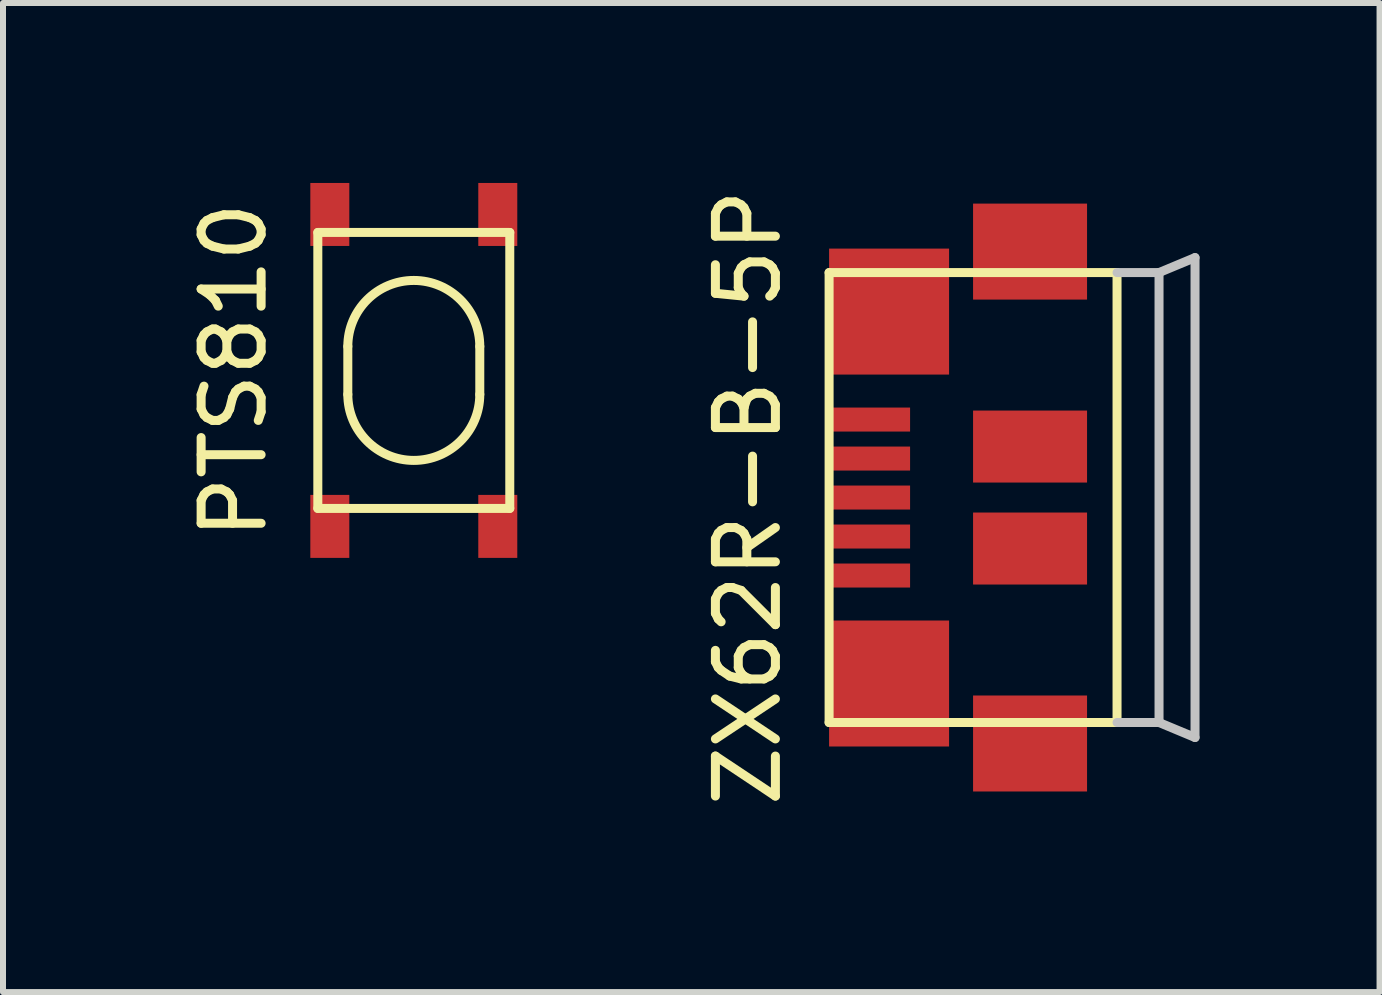
<source format=kicad_pcb>
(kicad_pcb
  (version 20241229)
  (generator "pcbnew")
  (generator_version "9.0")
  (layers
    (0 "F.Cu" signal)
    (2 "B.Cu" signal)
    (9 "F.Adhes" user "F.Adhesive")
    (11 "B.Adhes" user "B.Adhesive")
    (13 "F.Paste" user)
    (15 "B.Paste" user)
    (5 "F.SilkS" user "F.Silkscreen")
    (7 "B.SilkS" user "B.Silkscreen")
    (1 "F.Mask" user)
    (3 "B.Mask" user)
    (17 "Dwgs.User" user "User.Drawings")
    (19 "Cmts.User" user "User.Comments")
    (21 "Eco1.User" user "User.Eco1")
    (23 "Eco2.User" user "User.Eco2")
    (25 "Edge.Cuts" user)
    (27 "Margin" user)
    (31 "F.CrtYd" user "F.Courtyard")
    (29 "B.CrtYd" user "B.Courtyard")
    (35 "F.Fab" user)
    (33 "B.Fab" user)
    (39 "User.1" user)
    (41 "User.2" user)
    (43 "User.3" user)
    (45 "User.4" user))
  (footprint "ZX62R-B-5P"
    (layer "F.Cu")
    (at 14.371 5.244)
    (property "Reference" "ZX62R-B-5P" (at -4.95 0 90) (layer "F.SilkS") (effects (font (size 1 1) (thickness 0.15))))
    (attr through_hole)
    (fp_line (start -3.6 3.75) (end -3.6 -3.75) (stroke (width 0.15) (type solid)) (layer "F.SilkS"))
    (fp_line (start 1.2 -3.75) (end -3.6 -3.75) (stroke (width 0.15) (type solid)) (layer "F.SilkS"))
    (fp_line (start 1.2 3.75) (end -3.6 3.75) (stroke (width 0.15) (type solid)) (layer "F.SilkS"))
    (fp_line (start 1.2 3.75) (end 1.2 -3.75) (stroke (width 0.15) (type solid)) (layer "F.SilkS"))
    (fp_line (start 1.2 -3.75) (end 1.9 -3.75) (stroke (width 0.15) (type solid)) (layer "Dwgs.User"))
    (fp_line (start 1.2 3.75) (end 1.9 3.75) (stroke (width 0.15) (type solid)) (layer "Dwgs.User"))
    (fp_line (start 1.9 -3.75) (end 2.5 -4) (stroke (width 0.15) (type solid)) (layer "Dwgs.User"))
    (fp_line (start 1.9 3.75) (end 1.9 -3.75) (stroke (width 0.15) (type solid)) (layer "Dwgs.User"))
    (fp_line (start 1.9 3.75) (end 2.5 4) (stroke (width 0.15) (type solid)) (layer "Dwgs.User"))
    (fp_line (start 2.5 4) (end 2.5 -4) (stroke (width 0.15) (type solid)) (layer "Dwgs.User"))
    (pad "1" smd rect (at -2.925 1.3 90) (size 0.4 1.35) (layers "F.Cu" "F.Mask" "F.Paste"))
    (pad "2" smd rect (at -2.925 0.65 90) (size 0.4 1.35) (layers "F.Cu" "F.Mask" "F.Paste"))
    (pad "3" smd rect (at -2.925 0 90) (size 0.4 1.35) (layers "F.Cu" "F.Mask" "F.Paste"))
    (pad "4" smd rect (at -2.925 -0.65 90) (size 0.4 1.35) (layers "F.Cu" "F.Mask" "F.Paste"))
    (pad "5" smd rect (at -2.925 -1.3 90) (size 0.4 1.35) (layers "F.Cu" "F.Mask" "F.Paste"))
    (pad "6" smd rect (at -2.6 -3.1 90) (size 2.1 2) (layers "F.Cu" "F.Mask" "F.Paste"))
    (pad "6" smd rect (at -2.6 3.1 90) (size 2.1 2) (layers "F.Cu" "F.Mask" "F.Paste"))
    (pad "6" smd rect (at -0.25 -4.1 90) (size 1.6 1.9) (layers "F.Cu" "F.Mask" "F.Paste"))
    (pad "6" smd rect (at -0.25 -0.85 90) (size 1.2 1.9) (layers "F.Cu" "F.Mask" "F.Paste"))
    (pad "6" smd rect (at -0.25 0.85 90) (size 1.2 1.9) (layers "F.Cu" "F.Mask" "F.Paste"))
    (pad "6" smd rect (at -0.25 4.1 90) (size 1.6 1.9) (layers "F.Cu" "F.Mask" "F.Paste")))
  (footprint "PTS810"
    (layer "F.Cu")
    (at 3.848 3.125)
    (property "Reference" "PTS810" (at -3 0 90) (layer "F.SilkS") (effects (font (size 1 1) (thickness 0.15))))
    (attr through_hole)
    (fp_line (start -1.6 -2.3) (end 1.6 -2.3) (stroke (width 0.15) (type solid)) (layer "F.SilkS"))
    (fp_line (start -1.6 2.3) (end -1.6 -2.3) (stroke (width 0.15) (type solid)) (layer "F.SilkS"))
    (fp_line (start -1.1 0.4) (end -1.1 -0.4) (stroke (width 0.15) (type solid)) (layer "F.SilkS"))
    (fp_line (start 1.1 -0.4) (end 1.1 0.4) (stroke (width 0.15) (type solid)) (layer "F.SilkS"))
    (fp_line (start 1.6 -2.3) (end 1.6 2.3) (stroke (width 0.15) (type solid)) (layer "F.SilkS"))
    (fp_line (start 1.6 2.3) (end -1.6 2.3) (stroke (width 0.15) (type solid)) (layer "F.SilkS"))
    (fp_arc (start -1.1 -0.4) (mid 0 -1.5) (end 1.1 -0.4) (stroke (width 0.15) (type solid)) (layer "F.SilkS"))
    (fp_arc (start 1.1 0.4) (mid 0 1.5) (end -1.1 0.4) (stroke (width 0.15) (type solid)) (layer "F.SilkS"))
    (pad "1" smd rect (at -1.4 2.6 90) (size 1.05 0.65) (layers "F.Cu" "F.Mask" "F.Paste"))
    (pad "2" smd rect (at -1.4 -2.6 90) (size 1.05 0.65) (layers "F.Cu" "F.Mask" "F.Paste"))
    (pad "3" smd rect (at 1.4 2.6 90) (size 1.05 0.65) (layers "F.Cu" "F.Mask" "F.Paste"))
    (pad "4" smd rect (at 1.4 -2.6 90) (size 1.05 0.65) (layers "F.Cu" "F.Mask" "F.Paste")))
  (gr_rect
    (start -3 -3)
    (end 19.947 13.488)
    (stroke (width 0.1) (type default))
    (fill no)
    (layer "Edge.Cuts")))
</source>
